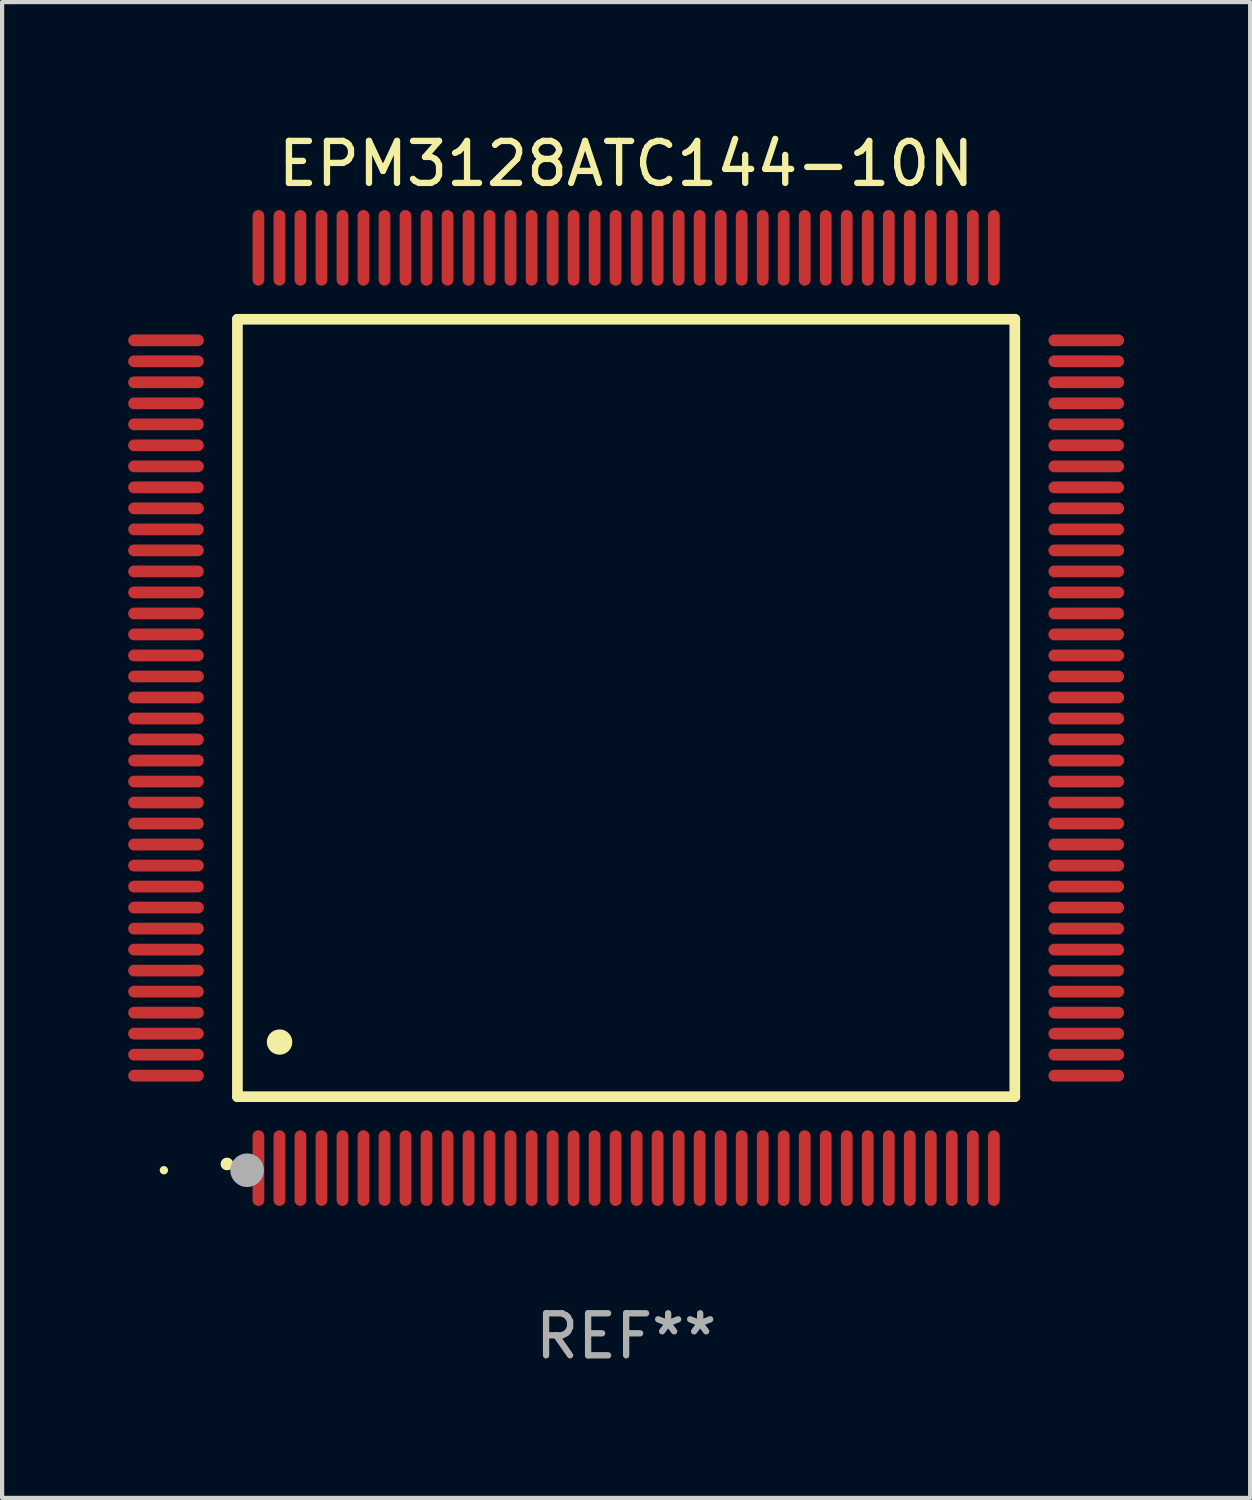
<source format=kicad_pcb>
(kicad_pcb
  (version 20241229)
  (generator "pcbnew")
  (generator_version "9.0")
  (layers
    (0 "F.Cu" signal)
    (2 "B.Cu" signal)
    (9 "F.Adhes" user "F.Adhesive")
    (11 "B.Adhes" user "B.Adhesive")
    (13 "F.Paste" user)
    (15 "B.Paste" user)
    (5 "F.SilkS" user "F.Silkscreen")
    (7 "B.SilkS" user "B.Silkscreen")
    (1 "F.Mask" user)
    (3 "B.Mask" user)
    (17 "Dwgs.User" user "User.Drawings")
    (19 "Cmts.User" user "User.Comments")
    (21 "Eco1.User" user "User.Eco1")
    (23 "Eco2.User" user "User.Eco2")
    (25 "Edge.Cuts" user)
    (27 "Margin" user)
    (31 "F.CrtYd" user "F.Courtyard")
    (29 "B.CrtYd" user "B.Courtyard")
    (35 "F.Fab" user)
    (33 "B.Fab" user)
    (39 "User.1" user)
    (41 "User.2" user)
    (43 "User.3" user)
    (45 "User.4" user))
  (footprint "EPM3128ATC144-10N"
    (layer "F.Cu")
    (at 11.85 13.798)
    (property "Reference" "EPM3128ATC144-10N" (at 0 -12.95 0) (layer "F.SilkS") (effects (font (size 1 1) (thickness 0.15))))
    (attr through_hole)
    (fp_line (start -9.25 -9.25) (end -9.25 9.25) (stroke (width 0.254) (type solid)) (layer "F.SilkS"))
    (fp_line (start -9.25 9.25) (end 9.25 9.25) (stroke (width 0.254) (type solid)) (layer "F.SilkS"))
    (fp_line (start 9.25 -9.25) (end -9.25 -9.25) (stroke (width 0.254) (type solid)) (layer "F.SilkS"))
    (fp_line (start 9.25 9.25) (end 9.25 -9.25) (stroke (width 0.254) (type solid)) (layer "F.SilkS"))
    (fp_arc (start -9.499619 10.850902) (mid -9.498349 10.850897) (end -9.497079 10.850902) (stroke (width 0.3) (type solid)) (layer "F.SilkS"))
    (fp_arc (start -8.249936 7.950216) (mid -8.247396 7.950205) (end -8.244856 7.950216) (stroke (width 0.6) (type solid)) (layer "F.SilkS"))
    (fp_circle (center -11 11) (end -10.95 11) (stroke (width 0.1) (type solid)) (fill no) (layer "F.SilkS"))
    (fp_circle (center -9.02 11) (end -8.82 11) (stroke (width 0.4) (type solid)) (fill no) (layer "F.Fab"))
    (fp_text user "REF**" (at 0 14.95 0) (layer "F.Fab") (effects (font (size 1 1) (thickness 0.15))))
    (pad "1" smd oval (at -8.75 10.95) (size 0.28 1.8) (layers "F.Cu" "F.Mask" "F.Paste"))
    (pad "2" smd oval (at -8.25 10.95) (size 0.28 1.8) (layers "F.Cu" "F.Mask" "F.Paste"))
    (pad "3" smd oval (at -7.75 10.95) (size 0.28 1.8) (layers "F.Cu" "F.Mask" "F.Paste"))
    (pad "4" smd oval (at -7.25 10.95) (size 0.28 1.8) (layers "F.Cu" "F.Mask" "F.Paste"))
    (pad "5" smd oval (at -6.75 10.95) (size 0.28 1.8) (layers "F.Cu" "F.Mask" "F.Paste"))
    (pad "6" smd oval (at -6.25 10.95) (size 0.28 1.8) (layers "F.Cu" "F.Mask" "F.Paste"))
    (pad "7" smd oval (at -5.75 10.95) (size 0.28 1.8) (layers "F.Cu" "F.Mask" "F.Paste"))
    (pad "8" smd oval (at -5.25 10.95) (size 0.28 1.8) (layers "F.Cu" "F.Mask" "F.Paste"))
    (pad "9" smd oval (at -4.75 10.95) (size 0.28 1.8) (layers "F.Cu" "F.Mask" "F.Paste"))
    (pad "10" smd oval (at -4.25 10.95) (size 0.28 1.8) (layers "F.Cu" "F.Mask" "F.Paste"))
    (pad "11" smd oval (at -3.75 10.95) (size 0.28 1.8) (layers "F.Cu" "F.Mask" "F.Paste"))
    (pad "12" smd oval (at -3.25 10.95) (size 0.28 1.8) (layers "F.Cu" "F.Mask" "F.Paste"))
    (pad "13" smd oval (at -2.75 10.95) (size 0.28 1.8) (layers "F.Cu" "F.Mask" "F.Paste"))
    (pad "14" smd oval (at -2.25 10.95) (size 0.28 1.8) (layers "F.Cu" "F.Mask" "F.Paste"))
    (pad "15" smd oval (at -1.75 10.95) (size 0.28 1.8) (layers "F.Cu" "F.Mask" "F.Paste"))
    (pad "16" smd oval (at -1.25 10.95) (size 0.28 1.8) (layers "F.Cu" "F.Mask" "F.Paste"))
    (pad "17" smd oval (at -0.75 10.95) (size 0.28 1.8) (layers "F.Cu" "F.Mask" "F.Paste"))
    (pad "18" smd oval (at -0.25 10.95) (size 0.28 1.8) (layers "F.Cu" "F.Mask" "F.Paste"))
    (pad "19" smd oval (at 0.25 10.95) (size 0.28 1.8) (layers "F.Cu" "F.Mask" "F.Paste"))
    (pad "20" smd oval (at 0.75 10.95) (size 0.28 1.8) (layers "F.Cu" "F.Mask" "F.Paste"))
    (pad "21" smd oval (at 1.25 10.95) (size 0.28 1.8) (layers "F.Cu" "F.Mask" "F.Paste"))
    (pad "22" smd oval (at 1.75 10.95) (size 0.28 1.8) (layers "F.Cu" "F.Mask" "F.Paste"))
    (pad "23" smd oval (at 2.25 10.95) (size 0.28 1.8) (layers "F.Cu" "F.Mask" "F.Paste"))
    (pad "24" smd oval (at 2.75 10.95) (size 0.28 1.8) (layers "F.Cu" "F.Mask" "F.Paste"))
    (pad "25" smd oval (at 3.25 10.95) (size 0.28 1.8) (layers "F.Cu" "F.Mask" "F.Paste"))
    (pad "26" smd oval (at 3.75 10.95) (size 0.28 1.8) (layers "F.Cu" "F.Mask" "F.Paste"))
    (pad "27" smd oval (at 4.25 10.95) (size 0.28 1.8) (layers "F.Cu" "F.Mask" "F.Paste"))
    (pad "28" smd oval (at 4.75 10.95) (size 0.28 1.8) (layers "F.Cu" "F.Mask" "F.Paste"))
    (pad "29" smd oval (at 5.25 10.95) (size 0.28 1.8) (layers "F.Cu" "F.Mask" "F.Paste"))
    (pad "30" smd oval (at 5.75 10.95) (size 0.28 1.8) (layers "F.Cu" "F.Mask" "F.Paste"))
    (pad "31" smd oval (at 6.25 10.95) (size 0.28 1.8) (layers "F.Cu" "F.Mask" "F.Paste"))
    (pad "32" smd oval (at 6.75 10.95) (size 0.28 1.8) (layers "F.Cu" "F.Mask" "F.Paste"))
    (pad "33" smd oval (at 7.25 10.95) (size 0.28 1.8) (layers "F.Cu" "F.Mask" "F.Paste"))
    (pad "34" smd oval (at 7.75 10.95) (size 0.28 1.8) (layers "F.Cu" "F.Mask" "F.Paste"))
    (pad "35" smd oval (at 8.25 10.95) (size 0.28 1.8) (layers "F.Cu" "F.Mask" "F.Paste"))
    (pad "36" smd oval (at 8.75 10.95) (size 0.28 1.8) (layers "F.Cu" "F.Mask" "F.Paste"))
    (pad "37" smd oval (at 10.95 8.75) (size 1.8 0.28) (layers "F.Cu" "F.Mask" "F.Paste"))
    (pad "38" smd oval (at 10.95 8.25) (size 1.8 0.28) (layers "F.Cu" "F.Mask" "F.Paste"))
    (pad "39" smd oval (at 10.95 7.75) (size 1.8 0.28) (layers "F.Cu" "F.Mask" "F.Paste"))
    (pad "40" smd oval (at 10.95 7.25) (size 1.8 0.28) (layers "F.Cu" "F.Mask" "F.Paste"))
    (pad "41" smd oval (at 10.95 6.75) (size 1.8 0.28) (layers "F.Cu" "F.Mask" "F.Paste"))
    (pad "42" smd oval (at 10.95 6.25) (size 1.8 0.28) (layers "F.Cu" "F.Mask" "F.Paste"))
    (pad "43" smd oval (at 10.95 5.75) (size 1.8 0.28) (layers "F.Cu" "F.Mask" "F.Paste"))
    (pad "44" smd oval (at 10.95 5.25) (size 1.8 0.28) (layers "F.Cu" "F.Mask" "F.Paste"))
    (pad "45" smd oval (at 10.95 4.75) (size 1.8 0.28) (layers "F.Cu" "F.Mask" "F.Paste"))
    (pad "46" smd oval (at 10.95 4.25) (size 1.8 0.28) (layers "F.Cu" "F.Mask" "F.Paste"))
    (pad "47" smd oval (at 10.95 3.75) (size 1.8 0.28) (layers "F.Cu" "F.Mask" "F.Paste"))
    (pad "48" smd oval (at 10.95 3.25) (size 1.8 0.28) (layers "F.Cu" "F.Mask" "F.Paste"))
    (pad "49" smd oval (at 10.95 2.75) (size 1.8 0.28) (layers "F.Cu" "F.Mask" "F.Paste"))
    (pad "50" smd oval (at 10.95 2.25) (size 1.8 0.28) (layers "F.Cu" "F.Mask" "F.Paste"))
    (pad "51" smd oval (at 10.95 1.75) (size 1.8 0.28) (layers "F.Cu" "F.Mask" "F.Paste"))
    (pad "52" smd oval (at 10.95 1.25) (size 1.8 0.28) (layers "F.Cu" "F.Mask" "F.Paste"))
    (pad "53" smd oval (at 10.95 0.75) (size 1.8 0.28) (layers "F.Cu" "F.Mask" "F.Paste"))
    (pad "54" smd oval (at 10.95 0.25) (size 1.8 0.28) (layers "F.Cu" "F.Mask" "F.Paste"))
    (pad "55" smd oval (at 10.95 -0.25) (size 1.8 0.28) (layers "F.Cu" "F.Mask" "F.Paste"))
    (pad "56" smd oval (at 10.95 -0.75) (size 1.8 0.28) (layers "F.Cu" "F.Mask" "F.Paste"))
    (pad "57" smd oval (at 10.95 -1.25) (size 1.8 0.28) (layers "F.Cu" "F.Mask" "F.Paste"))
    (pad "58" smd oval (at 10.95 -1.75) (size 1.8 0.28) (layers "F.Cu" "F.Mask" "F.Paste"))
    (pad "59" smd oval (at 10.95 -2.25) (size 1.8 0.28) (layers "F.Cu" "F.Mask" "F.Paste"))
    (pad "60" smd oval (at 10.95 -2.75) (size 1.8 0.28) (layers "F.Cu" "F.Mask" "F.Paste"))
    (pad "61" smd oval (at 10.95 -3.25) (size 1.8 0.28) (layers "F.Cu" "F.Mask" "F.Paste"))
    (pad "62" smd oval (at 10.95 -3.75) (size 1.8 0.28) (layers "F.Cu" "F.Mask" "F.Paste"))
    (pad "63" smd oval (at 10.95 -4.25) (size 1.8 0.28) (layers "F.Cu" "F.Mask" "F.Paste"))
    (pad "64" smd oval (at 10.95 -4.75) (size 1.8 0.28) (layers "F.Cu" "F.Mask" "F.Paste"))
    (pad "65" smd oval (at 10.95 -5.25) (size 1.8 0.28) (layers "F.Cu" "F.Mask" "F.Paste"))
    (pad "66" smd oval (at 10.95 -5.75) (size 1.8 0.28) (layers "F.Cu" "F.Mask" "F.Paste"))
    (pad "67" smd oval (at 10.95 -6.25) (size 1.8 0.28) (layers "F.Cu" "F.Mask" "F.Paste"))
    (pad "68" smd oval (at 10.95 -6.75) (size 1.8 0.28) (layers "F.Cu" "F.Mask" "F.Paste"))
    (pad "69" smd oval (at 10.95 -7.25) (size 1.8 0.28) (layers "F.Cu" "F.Mask" "F.Paste"))
    (pad "70" smd oval (at 10.95 -7.75) (size 1.8 0.28) (layers "F.Cu" "F.Mask" "F.Paste"))
    (pad "71" smd oval (at 10.95 -8.25) (size 1.8 0.28) (layers "F.Cu" "F.Mask" "F.Paste"))
    (pad "72" smd oval (at 10.95 -8.75) (size 1.8 0.28) (layers "F.Cu" "F.Mask" "F.Paste"))
    (pad "73" smd oval (at 8.75 -10.95) (size 0.28 1.8) (layers "F.Cu" "F.Mask" "F.Paste"))
    (pad "74" smd oval (at 8.25 -10.95) (size 0.28 1.8) (layers "F.Cu" "F.Mask" "F.Paste"))
    (pad "75" smd oval (at 7.75 -10.95) (size 0.28 1.8) (layers "F.Cu" "F.Mask" "F.Paste"))
    (pad "76" smd oval (at 7.25 -10.95) (size 0.28 1.8) (layers "F.Cu" "F.Mask" "F.Paste"))
    (pad "77" smd oval (at 6.75 -10.95) (size 0.28 1.8) (layers "F.Cu" "F.Mask" "F.Paste"))
    (pad "78" smd oval (at 6.25 -10.95) (size 0.28 1.8) (layers "F.Cu" "F.Mask" "F.Paste"))
    (pad "79" smd oval (at 5.75 -10.95) (size 0.28 1.8) (layers "F.Cu" "F.Mask" "F.Paste"))
    (pad "80" smd oval (at 5.25 -10.95) (size 0.28 1.8) (layers "F.Cu" "F.Mask" "F.Paste"))
    (pad "81" smd oval (at 4.75 -10.95) (size 0.28 1.8) (layers "F.Cu" "F.Mask" "F.Paste"))
    (pad "82" smd oval (at 4.25 -10.95) (size 0.28 1.8) (layers "F.Cu" "F.Mask" "F.Paste"))
    (pad "83" smd oval (at 3.75 -10.95) (size 0.28 1.8) (layers "F.Cu" "F.Mask" "F.Paste"))
    (pad "84" smd oval (at 3.25 -10.95) (size 0.28 1.8) (layers "F.Cu" "F.Mask" "F.Paste"))
    (pad "85" smd oval (at 2.75 -10.95) (size 0.28 1.8) (layers "F.Cu" "F.Mask" "F.Paste"))
    (pad "86" smd oval (at 2.25 -10.95) (size 0.28 1.8) (layers "F.Cu" "F.Mask" "F.Paste"))
    (pad "87" smd oval (at 1.75 -10.95) (size 0.28 1.8) (layers "F.Cu" "F.Mask" "F.Paste"))
    (pad "88" smd oval (at 1.25 -10.95) (size 0.28 1.8) (layers "F.Cu" "F.Mask" "F.Paste"))
    (pad "89" smd oval (at 0.75 -10.95) (size 0.28 1.8) (layers "F.Cu" "F.Mask" "F.Paste"))
    (pad "90" smd oval (at 0.25 -10.95) (size 0.28 1.8) (layers "F.Cu" "F.Mask" "F.Paste"))
    (pad "91" smd oval (at -0.25 -10.95) (size 0.28 1.8) (layers "F.Cu" "F.Mask" "F.Paste"))
    (pad "92" smd oval (at -0.75 -10.95) (size 0.28 1.8) (layers "F.Cu" "F.Mask" "F.Paste"))
    (pad "93" smd oval (at -1.25 -10.95) (size 0.28 1.8) (layers "F.Cu" "F.Mask" "F.Paste"))
    (pad "94" smd oval (at -1.75 -10.95) (size 0.28 1.8) (layers "F.Cu" "F.Mask" "F.Paste"))
    (pad "95" smd oval (at -2.25 -10.95) (size 0.28 1.8) (layers "F.Cu" "F.Mask" "F.Paste"))
    (pad "96" smd oval (at -2.75 -10.95) (size 0.28 1.8) (layers "F.Cu" "F.Mask" "F.Paste"))
    (pad "97" smd oval (at -3.25 -10.95) (size 0.28 1.8) (layers "F.Cu" "F.Mask" "F.Paste"))
    (pad "98" smd oval (at -3.75 -10.95) (size 0.28 1.8) (layers "F.Cu" "F.Mask" "F.Paste"))
    (pad "99" smd oval (at -4.25 -10.95) (size 0.28 1.8) (layers "F.Cu" "F.Mask" "F.Paste"))
    (pad "100" smd oval (at -4.75 -10.95) (size 0.28 1.8) (layers "F.Cu" "F.Mask" "F.Paste"))
    (pad "101" smd oval (at -5.25 -10.95) (size 0.28 1.8) (layers "F.Cu" "F.Mask" "F.Paste"))
    (pad "102" smd oval (at -5.75 -10.95) (size 0.28 1.8) (layers "F.Cu" "F.Mask" "F.Paste"))
    (pad "103" smd oval (at -6.25 -10.95) (size 0.28 1.8) (layers "F.Cu" "F.Mask" "F.Paste"))
    (pad "104" smd oval (at -6.75 -10.95) (size 0.28 1.8) (layers "F.Cu" "F.Mask" "F.Paste"))
    (pad "105" smd oval (at -7.25 -10.95) (size 0.28 1.8) (layers "F.Cu" "F.Mask" "F.Paste"))
    (pad "106" smd oval (at -7.75 -10.95) (size 0.28 1.8) (layers "F.Cu" "F.Mask" "F.Paste"))
    (pad "107" smd oval (at -8.25 -10.95) (size 0.28 1.8) (layers "F.Cu" "F.Mask" "F.Paste"))
    (pad "108" smd oval (at -8.75 -10.95) (size 0.28 1.8) (layers "F.Cu" "F.Mask" "F.Paste"))
    (pad "109" smd oval (at -10.95 -8.75) (size 1.8 0.28) (layers "F.Cu" "F.Mask" "F.Paste"))
    (pad "110" smd oval (at -10.95 -8.25) (size 1.8 0.28) (layers "F.Cu" "F.Mask" "F.Paste"))
    (pad "111" smd oval (at -10.95 -7.75) (size 1.8 0.28) (layers "F.Cu" "F.Mask" "F.Paste"))
    (pad "112" smd oval (at -10.95 -7.25) (size 1.8 0.28) (layers "F.Cu" "F.Mask" "F.Paste"))
    (pad "113" smd oval (at -10.95 -6.75) (size 1.8 0.28) (layers "F.Cu" "F.Mask" "F.Paste"))
    (pad "114" smd oval (at -10.95 -6.25) (size 1.8 0.28) (layers "F.Cu" "F.Mask" "F.Paste"))
    (pad "115" smd oval (at -10.95 -5.75) (size 1.8 0.28) (layers "F.Cu" "F.Mask" "F.Paste"))
    (pad "116" smd oval (at -10.95 -5.25) (size 1.8 0.28) (layers "F.Cu" "F.Mask" "F.Paste"))
    (pad "117" smd oval (at -10.95 -4.75) (size 1.8 0.28) (layers "F.Cu" "F.Mask" "F.Paste"))
    (pad "118" smd oval (at -10.95 -4.25) (size 1.8 0.28) (layers "F.Cu" "F.Mask" "F.Paste"))
    (pad "119" smd oval (at -10.95 -3.75) (size 1.8 0.28) (layers "F.Cu" "F.Mask" "F.Paste"))
    (pad "120" smd oval (at -10.95 -3.25) (size 1.8 0.28) (layers "F.Cu" "F.Mask" "F.Paste"))
    (pad "121" smd oval (at -10.95 -2.75) (size 1.8 0.28) (layers "F.Cu" "F.Mask" "F.Paste"))
    (pad "122" smd oval (at -10.95 -2.25) (size 1.8 0.28) (layers "F.Cu" "F.Mask" "F.Paste"))
    (pad "123" smd oval (at -10.95 -1.75) (size 1.8 0.28) (layers "F.Cu" "F.Mask" "F.Paste"))
    (pad "124" smd oval (at -10.95 -1.25) (size 1.8 0.28) (layers "F.Cu" "F.Mask" "F.Paste"))
    (pad "125" smd oval (at -10.95 -0.75) (size 1.8 0.28) (layers "F.Cu" "F.Mask" "F.Paste"))
    (pad "126" smd oval (at -10.95 -0.25) (size 1.8 0.28) (layers "F.Cu" "F.Mask" "F.Paste"))
    (pad "127" smd oval (at -10.95 0.25) (size 1.8 0.28) (layers "F.Cu" "F.Mask" "F.Paste"))
    (pad "128" smd oval (at -10.95 0.75) (size 1.8 0.28) (layers "F.Cu" "F.Mask" "F.Paste"))
    (pad "129" smd oval (at -10.95 1.25) (size 1.8 0.28) (layers "F.Cu" "F.Mask" "F.Paste"))
    (pad "130" smd oval (at -10.95 1.75) (size 1.8 0.28) (layers "F.Cu" "F.Mask" "F.Paste"))
    (pad "131" smd oval (at -10.95 2.25) (size 1.8 0.28) (layers "F.Cu" "F.Mask" "F.Paste"))
    (pad "132" smd oval (at -10.95 2.75) (size 1.8 0.28) (layers "F.Cu" "F.Mask" "F.Paste"))
    (pad "133" smd oval (at -10.95 3.25) (size 1.8 0.28) (layers "F.Cu" "F.Mask" "F.Paste"))
    (pad "134" smd oval (at -10.95 3.75) (size 1.8 0.28) (layers "F.Cu" "F.Mask" "F.Paste"))
    (pad "135" smd oval (at -10.95 4.25) (size 1.8 0.28) (layers "F.Cu" "F.Mask" "F.Paste"))
    (pad "136" smd oval (at -10.95 4.75) (size 1.8 0.28) (layers "F.Cu" "F.Mask" "F.Paste"))
    (pad "137" smd oval (at -10.95 5.25) (size 1.8 0.28) (layers "F.Cu" "F.Mask" "F.Paste"))
    (pad "138" smd oval (at -10.95 5.75) (size 1.8 0.28) (layers "F.Cu" "F.Mask" "F.Paste"))
    (pad "139" smd oval (at -10.95 6.25) (size 1.8 0.28) (layers "F.Cu" "F.Mask" "F.Paste"))
    (pad "140" smd oval (at -10.95 6.75) (size 1.8 0.28) (layers "F.Cu" "F.Mask" "F.Paste"))
    (pad "141" smd oval (at -10.95 7.25) (size 1.8 0.28) (layers "F.Cu" "F.Mask" "F.Paste"))
    (pad "142" smd oval (at -10.95 7.75) (size 1.8 0.28) (layers "F.Cu" "F.Mask" "F.Paste"))
    (pad "143" smd oval (at -10.95 8.25) (size 1.8 0.28) (layers "F.Cu" "F.Mask" "F.Paste"))
    (pad "144" smd oval (at -10.95 8.75) (size 1.8 0.28) (layers "F.Cu" "F.Mask" "F.Paste")))
  (gr_rect
    (start -3 -3)
    (end 26.7 32.596)
    (stroke (width 0.1) (type default))
    (fill no)
    (layer "Edge.Cuts")))
</source>
